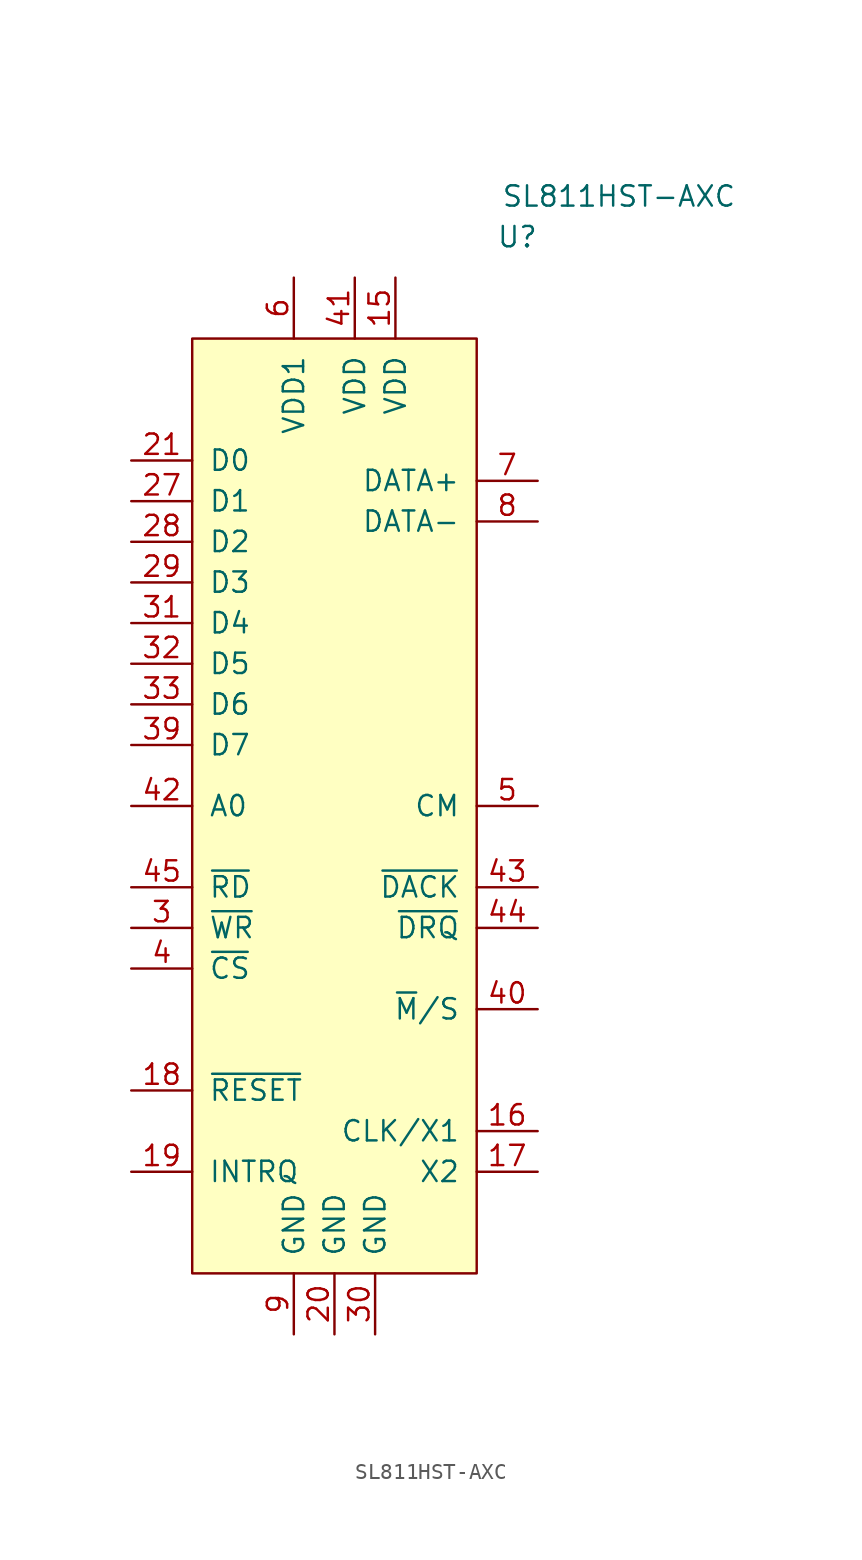
<source format=kicad_sym>
(kicad_symbol_lib
  (version 20220914)
  (generator kicad_symbol_editor)
  (symbol "SL811HST-AXC"
    (pin_names
      (offset 1.016))
    (property "Reference" "U"
      (at 11.43 35.56 0)
      (effects (font (size 1.27 1.27))))
    (property "Value" "SL811HST-AXC"
      (at 17.78 38.1 0)
      (effects (font (size 1.27 1.27))))
    (symbol "SL811HST-AXC_0_1"
      (rectangle (start -8.89 29.21) (end 8.89 -29.21) (stroke (width 0) (type default)) (fill (type background))))
    (symbol "SL811HST-AXC_1_1"
      (pin no_connect line (at 12.7 27.94 180) (length 3.81) hide (name "NC" (effects (font (size 1.27 1.27)))) (number "1" (effects (font (size 1.27 1.27)))))
      (pin no_connect line (at 12.7 15.24 180) (length 3.81) hide (name "NC" (effects (font (size 1.27 1.27)))) (number "10" (effects (font (size 1.27 1.27)))))
      (pin no_connect line (at 12.7 -1.27 180) (length 3.81) hide (name "NC" (effects (font (size 1.27 1.27)))) (number "11" (effects (font (size 1.27 1.27)))))
      (pin no_connect line (at 12.7 -27.94 180) (length 3.81) hide (name "NC" (effects (font (size 1.27 1.27)))) (number "12" (effects (font (size 1.27 1.27)))))
      (pin no_connect line (at 12.7 26.67 180) (length 3.81) hide (name "NC" (effects (font (size 1.27 1.27)))) (number "13" (effects (font (size 1.27 1.27)))))
      (pin no_connect line (at 12.7 22.86 180) (length 3.81) hide (name "NC" (effects (font (size 1.27 1.27)))) (number "14" (effects (font (size 1.27 1.27)))))
      (pin power_in line (at 3.81 33.02 270) (length 3.81) (name "VDD" (effects (font (size 1.27 1.27)))) (number "15" (effects (font (size 1.27 1.27)))))
      (pin passive line (at 12.7 -20.32 180) (length 3.81) (name "CLK/X1" (effects (font (size 1.27 1.27)))) (number "16" (effects (font (size 1.27 1.27)))))
      (pin passive line (at 12.7 -22.86 180) (length 3.81) (name "X2" (effects (font (size 1.27 1.27)))) (number "17" (effects (font (size 1.27 1.27)))))
      (pin input line (at -12.7 -17.78 0) (length 3.81) (name "~{RESET}" (effects (font (size 1.27 1.27)))) (number "18" (effects (font (size 1.27 1.27)))))
      (pin output line (at -12.7 -22.86 0) (length 3.81) (name "INTRQ" (effects (font (size 1.27 1.27)))) (number "19" (effects (font (size 1.27 1.27)))))
      (pin no_connect line (at 12.7 16.51 180) (length 3.81) hide (name "NC" (effects (font (size 1.27 1.27)))) (number "2" (effects (font (size 1.27 1.27)))))
      (pin power_in line (at 0 -33.02 90) (length 3.81) (name "GND" (effects (font (size 1.27 1.27)))) (number "20" (effects (font (size 1.27 1.27)))))
      (pin bidirectional line (at -12.7 21.59 0) (length 3.81) (name "D0" (effects (font (size 1.27 1.27)))) (number "21" (effects (font (size 1.27 1.27)))))
      (pin no_connect line (at 12.7 11.43 180) (length 3.81) hide (name "NC" (effects (font (size 1.27 1.27)))) (number "22" (effects (font (size 1.27 1.27)))))
      (pin no_connect line (at 12.7 -24.13 180) (length 3.81) hide (name "NC" (effects (font (size 1.27 1.27)))) (number "23" (effects (font (size 1.27 1.27)))))
      (pin no_connect line (at 12.7 -26.67 180) (length 3.81) hide (name "NC" (effects (font (size 1.27 1.27)))) (number "24" (effects (font (size 1.27 1.27)))))
      (pin no_connect line (at 12.7 25.4 180) (length 3.81) hide (name "NC" (effects (font (size 1.27 1.27)))) (number "25" (effects (font (size 1.27 1.27)))))
      (pin no_connect line (at 12.7 13.97 180) (length 3.81) hide (name "NC" (effects (font (size 1.27 1.27)))) (number "26" (effects (font (size 1.27 1.27)))))
      (pin bidirectional line (at -12.7 19.05 0) (length 3.81) (name "D1" (effects (font (size 1.27 1.27)))) (number "27" (effects (font (size 1.27 1.27)))))
      (pin bidirectional line (at -12.7 16.51 0) (length 3.81) (name "D2" (effects (font (size 1.27 1.27)))) (number "28" (effects (font (size 1.27 1.27)))))
      (pin bidirectional line (at -12.7 13.97 0) (length 3.81) (name "D3" (effects (font (size 1.27 1.27)))) (number "29" (effects (font (size 1.27 1.27)))))
      (pin input line (at -12.7 -7.62 0) (length 3.81) (name "~{WR}" (effects (font (size 1.27 1.27)))) (number "3" (effects (font (size 1.27 1.27)))))
      (pin power_in line (at 2.54 -33.02 90) (length 3.81) (name "GND" (effects (font (size 1.27 1.27)))) (number "30" (effects (font (size 1.27 1.27)))))
      (pin bidirectional line (at -12.7 11.43 0) (length 3.81) (name "D4" (effects (font (size 1.27 1.27)))) (number "31" (effects (font (size 1.27 1.27)))))
      (pin bidirectional line (at -12.7 8.89 0) (length 3.81) (name "D5" (effects (font (size 1.27 1.27)))) (number "32" (effects (font (size 1.27 1.27)))))
      (pin bidirectional line (at -12.7 6.35 0) (length 3.81) (name "D6" (effects (font (size 1.27 1.27)))) (number "33" (effects (font (size 1.27 1.27)))))
      (pin no_connect line (at 12.7 8.89 180) (length 3.81) hide (name "NC" (effects (font (size 1.27 1.27)))) (number "34" (effects (font (size 1.27 1.27)))))
      (pin no_connect line (at 12.7 -13.97 180) (length 3.81) hide (name "NC" (effects (font (size 1.27 1.27)))) (number "35" (effects (font (size 1.27 1.27)))))
      (pin no_connect line (at 12.7 -25.4 180) (length 3.81) hide (name "NC" (effects (font (size 1.27 1.27)))) (number "36" (effects (font (size 1.27 1.27)))))
      (pin no_connect line (at 12.7 24.13 180) (length 3.81) hide (name "NC" (effects (font (size 1.27 1.27)))) (number "37" (effects (font (size 1.27 1.27)))))
      (pin no_connect line (at 12.7 12.7 180) (length 3.81) hide (name "NC" (effects (font (size 1.27 1.27)))) (number "38" (effects (font (size 1.27 1.27)))))
      (pin bidirectional line (at -12.7 3.81 0) (length 3.81) (name "D7" (effects (font (size 1.27 1.27)))) (number "39" (effects (font (size 1.27 1.27)))))
      (pin input line (at -12.7 -10.16 0) (length 3.81) (name "~{CS}" (effects (font (size 1.27 1.27)))) (number "4" (effects (font (size 1.27 1.27)))))
      (pin input line (at 12.7 -12.7 180) (length 3.81) (name "~{M}/S" (effects (font (size 1.27 1.27)))) (number "40" (effects (font (size 1.27 1.27)))))
      (pin power_in line (at 1.27 33.02 270) (length 3.81) (name "VDD" (effects (font (size 1.27 1.27)))) (number "41" (effects (font (size 1.27 1.27)))))
      (pin input line (at -12.7 0 0) (length 3.81) (name "A0" (effects (font (size 1.27 1.27)))) (number "42" (effects (font (size 1.27 1.27)))))
      (pin output line (at 12.7 -5.08 180) (length 3.81) (name "~{DACK}" (effects (font (size 1.27 1.27)))) (number "43" (effects (font (size 1.27 1.27)))))
      (pin input line (at 12.7 -7.62 180) (length 3.81) (name "~{DRQ}" (effects (font (size 1.27 1.27)))) (number "44" (effects (font (size 1.27 1.27)))))
      (pin input line (at -12.7 -5.08 0) (length 3.81) (name "~{RD}" (effects (font (size 1.27 1.27)))) (number "45" (effects (font (size 1.27 1.27)))))
      (pin no_connect line (at 12.7 10.16 180) (length 3.81) hide (name "NC" (effects (font (size 1.27 1.27)))) (number "46" (effects (font (size 1.27 1.27)))))
      (pin no_connect line (at 12.7 7.62 180) (length 3.81) hide (name "NC" (effects (font (size 1.27 1.27)))) (number "47" (effects (font (size 1.27 1.27)))))
      (pin no_connect line (at 12.7 5.08 180) (length 3.81) hide (name "NC" (effects (font (size 1.27 1.27)))) (number "48" (effects (font (size 1.27 1.27)))))
      (pin input line (at 12.7 0 180) (length 3.81) (name "CM" (effects (font (size 1.27 1.27)))) (number "5" (effects (font (size 1.27 1.27)))))
      (pin power_in line (at -2.54 33.02 270) (length 3.81) (name "VDD1" (effects (font (size 1.27 1.27)))) (number "6" (effects (font (size 1.27 1.27)))))
      (pin bidirectional line (at 12.7 20.32 180) (length 3.81) (name "DATA+" (effects (font (size 1.27 1.27)))) (number "7" (effects (font (size 1.27 1.27)))))
      (pin bidirectional line (at 12.7 17.78 180) (length 3.81) (name "DATA-" (effects (font (size 1.27 1.27)))) (number "8" (effects (font (size 1.27 1.27)))))
      (pin power_in line (at -2.54 -33.02 90) (length 3.81) (name "GND" (effects (font (size 1.27 1.27)))) (number "9" (effects (font (size 1.27 1.27))))))))
</source>
